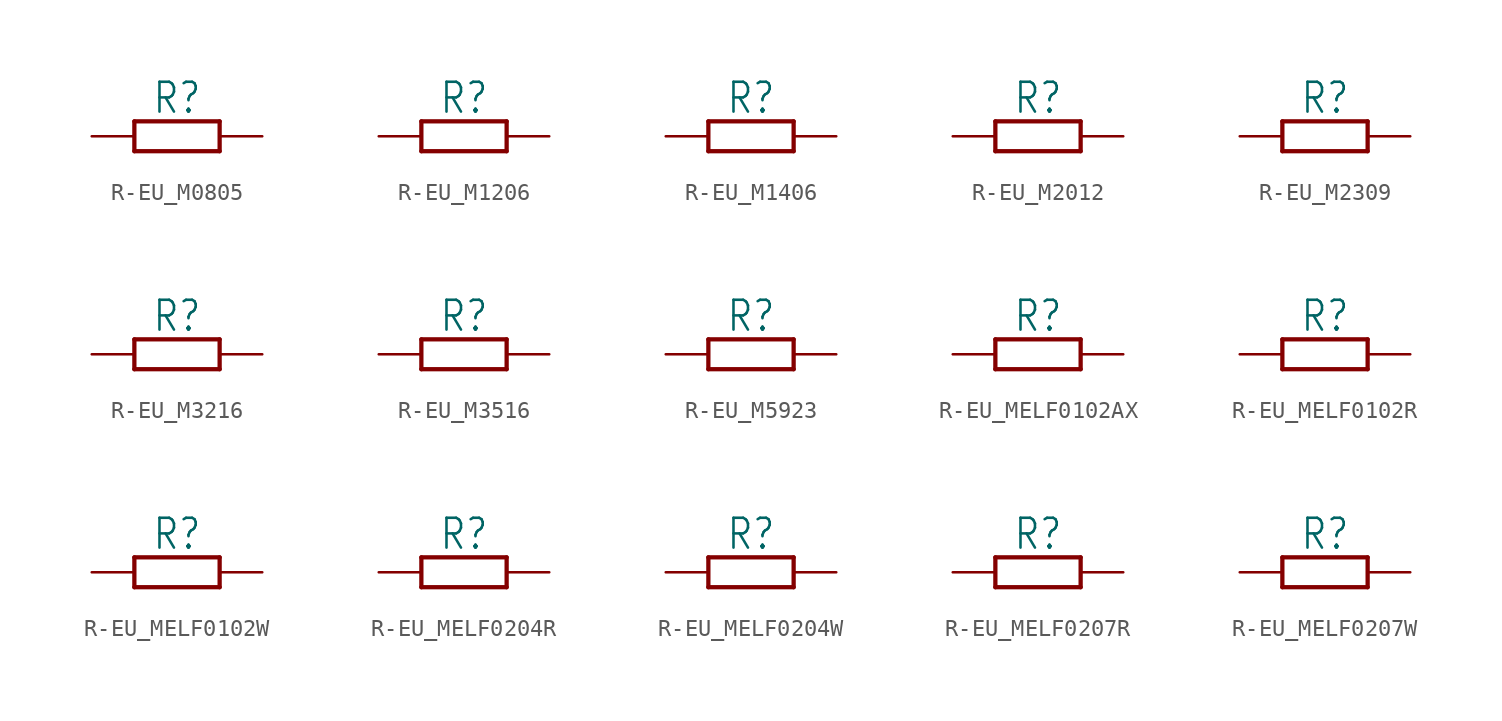
<source format=kicad_sym>
(kicad_symbol_lib
  (version 20220914)
  (generator kicad_symbol_editor)
  (symbol "R-EU_M0805"
    (property "Reference" "R"
      (at 0 1.245 0)
      (effects (font (size 1.778 1.511)) (justify bottom)))
    (property "Value" ""
      (at 0 -1.27 0)
      (effects (font (size 1.778 1.511)) (justify top)))
    (property "ki_locked" ""
      (at 0 0 0)
      (effects (font (size 1.27 1.27))))
    (symbol "R-EU_M0805_1_0"
      (polyline (pts (xy -2.54 -0.889) (xy -2.54 0.889)) (stroke (width 0.254) (type solid)) (fill (type none)))
      (polyline (pts (xy -2.54 -0.889) (xy 2.54 -0.889)) (stroke (width 0.254) (type solid)) (fill (type none)))
      (polyline (pts (xy 2.54 -0.889) (xy 2.54 0.889)) (stroke (width 0.254) (type solid)) (fill (type none)))
      (polyline (pts (xy 2.54 0.889) (xy -2.54 0.889)) (stroke (width 0.254) (type solid)) (fill (type none)))
      (pin passive line (at -5.08 0 0) (length 2.54) (name "1" (effects (font (size 0 0)))) (number "1" (effects (font (size 0 0)))))
      (pin passive line (at 5.08 0 180) (length 2.54) (name "2" (effects (font (size 0 0)))) (number "2" (effects (font (size 0 0)))))))
  (symbol "R-EU_M1206"
    (property "Reference" "R"
      (at 0 1.245 0)
      (effects (font (size 1.778 1.511)) (justify bottom)))
    (property "Value" ""
      (at 0 -1.27 0)
      (effects (font (size 1.778 1.511)) (justify top)))
    (property "ki_locked" ""
      (at 0 0 0)
      (effects (font (size 1.27 1.27))))
    (symbol "R-EU_M1206_1_0"
      (polyline (pts (xy -2.54 -0.889) (xy -2.54 0.889)) (stroke (width 0.254) (type solid)) (fill (type none)))
      (polyline (pts (xy -2.54 -0.889) (xy 2.54 -0.889)) (stroke (width 0.254) (type solid)) (fill (type none)))
      (polyline (pts (xy 2.54 -0.889) (xy 2.54 0.889)) (stroke (width 0.254) (type solid)) (fill (type none)))
      (polyline (pts (xy 2.54 0.889) (xy -2.54 0.889)) (stroke (width 0.254) (type solid)) (fill (type none)))
      (pin passive line (at -5.08 0 0) (length 2.54) (name "1" (effects (font (size 0 0)))) (number "1" (effects (font (size 0 0)))))
      (pin passive line (at 5.08 0 180) (length 2.54) (name "2" (effects (font (size 0 0)))) (number "2" (effects (font (size 0 0)))))))
  (symbol "R-EU_M1406"
    (property "Reference" "R"
      (at 0 1.245 0)
      (effects (font (size 1.778 1.511)) (justify bottom)))
    (property "Value" ""
      (at 0 -1.27 0)
      (effects (font (size 1.778 1.511)) (justify top)))
    (property "ki_locked" ""
      (at 0 0 0)
      (effects (font (size 1.27 1.27))))
    (symbol "R-EU_M1406_1_0"
      (polyline (pts (xy -2.54 -0.889) (xy -2.54 0.889)) (stroke (width 0.254) (type solid)) (fill (type none)))
      (polyline (pts (xy -2.54 -0.889) (xy 2.54 -0.889)) (stroke (width 0.254) (type solid)) (fill (type none)))
      (polyline (pts (xy 2.54 -0.889) (xy 2.54 0.889)) (stroke (width 0.254) (type solid)) (fill (type none)))
      (polyline (pts (xy 2.54 0.889) (xy -2.54 0.889)) (stroke (width 0.254) (type solid)) (fill (type none)))
      (pin passive line (at -5.08 0 0) (length 2.54) (name "1" (effects (font (size 0 0)))) (number "1" (effects (font (size 0 0)))))
      (pin passive line (at 5.08 0 180) (length 2.54) (name "2" (effects (font (size 0 0)))) (number "2" (effects (font (size 0 0)))))))
  (symbol "R-EU_M2012"
    (property "Reference" "R"
      (at 0 1.245 0)
      (effects (font (size 1.778 1.511)) (justify bottom)))
    (property "Value" ""
      (at 0 -1.27 0)
      (effects (font (size 1.778 1.511)) (justify top)))
    (property "ki_locked" ""
      (at 0 0 0)
      (effects (font (size 1.27 1.27))))
    (symbol "R-EU_M2012_1_0"
      (polyline (pts (xy -2.54 -0.889) (xy -2.54 0.889)) (stroke (width 0.254) (type solid)) (fill (type none)))
      (polyline (pts (xy -2.54 -0.889) (xy 2.54 -0.889)) (stroke (width 0.254) (type solid)) (fill (type none)))
      (polyline (pts (xy 2.54 -0.889) (xy 2.54 0.889)) (stroke (width 0.254) (type solid)) (fill (type none)))
      (polyline (pts (xy 2.54 0.889) (xy -2.54 0.889)) (stroke (width 0.254) (type solid)) (fill (type none)))
      (pin passive line (at -5.08 0 0) (length 2.54) (name "1" (effects (font (size 0 0)))) (number "1" (effects (font (size 0 0)))))
      (pin passive line (at 5.08 0 180) (length 2.54) (name "2" (effects (font (size 0 0)))) (number "2" (effects (font (size 0 0)))))))
  (symbol "R-EU_M2309"
    (property "Reference" "R"
      (at 0 1.245 0)
      (effects (font (size 1.778 1.511)) (justify bottom)))
    (property "Value" ""
      (at 0 -1.27 0)
      (effects (font (size 1.778 1.511)) (justify top)))
    (property "ki_locked" ""
      (at 0 0 0)
      (effects (font (size 1.27 1.27))))
    (symbol "R-EU_M2309_1_0"
      (polyline (pts (xy -2.54 -0.889) (xy -2.54 0.889)) (stroke (width 0.254) (type solid)) (fill (type none)))
      (polyline (pts (xy -2.54 -0.889) (xy 2.54 -0.889)) (stroke (width 0.254) (type solid)) (fill (type none)))
      (polyline (pts (xy 2.54 -0.889) (xy 2.54 0.889)) (stroke (width 0.254) (type solid)) (fill (type none)))
      (polyline (pts (xy 2.54 0.889) (xy -2.54 0.889)) (stroke (width 0.254) (type solid)) (fill (type none)))
      (pin passive line (at -5.08 0 0) (length 2.54) (name "1" (effects (font (size 0 0)))) (number "1" (effects (font (size 0 0)))))
      (pin passive line (at 5.08 0 180) (length 2.54) (name "2" (effects (font (size 0 0)))) (number "2" (effects (font (size 0 0)))))))
  (symbol "R-EU_M3216"
    (property "Reference" "R"
      (at 0 1.245 0)
      (effects (font (size 1.778 1.511)) (justify bottom)))
    (property "Value" ""
      (at 0 -1.27 0)
      (effects (font (size 1.778 1.511)) (justify top)))
    (property "ki_locked" ""
      (at 0 0 0)
      (effects (font (size 1.27 1.27))))
    (symbol "R-EU_M3216_1_0"
      (polyline (pts (xy -2.54 -0.889) (xy -2.54 0.889)) (stroke (width 0.254) (type solid)) (fill (type none)))
      (polyline (pts (xy -2.54 -0.889) (xy 2.54 -0.889)) (stroke (width 0.254) (type solid)) (fill (type none)))
      (polyline (pts (xy 2.54 -0.889) (xy 2.54 0.889)) (stroke (width 0.254) (type solid)) (fill (type none)))
      (polyline (pts (xy 2.54 0.889) (xy -2.54 0.889)) (stroke (width 0.254) (type solid)) (fill (type none)))
      (pin passive line (at -5.08 0 0) (length 2.54) (name "1" (effects (font (size 0 0)))) (number "1" (effects (font (size 0 0)))))
      (pin passive line (at 5.08 0 180) (length 2.54) (name "2" (effects (font (size 0 0)))) (number "2" (effects (font (size 0 0)))))))
  (symbol "R-EU_M3516"
    (property "Reference" "R"
      (at 0 1.245 0)
      (effects (font (size 1.778 1.511)) (justify bottom)))
    (property "Value" ""
      (at 0 -1.27 0)
      (effects (font (size 1.778 1.511)) (justify top)))
    (property "ki_locked" ""
      (at 0 0 0)
      (effects (font (size 1.27 1.27))))
    (symbol "R-EU_M3516_1_0"
      (polyline (pts (xy -2.54 -0.889) (xy -2.54 0.889)) (stroke (width 0.254) (type solid)) (fill (type none)))
      (polyline (pts (xy -2.54 -0.889) (xy 2.54 -0.889)) (stroke (width 0.254) (type solid)) (fill (type none)))
      (polyline (pts (xy 2.54 -0.889) (xy 2.54 0.889)) (stroke (width 0.254) (type solid)) (fill (type none)))
      (polyline (pts (xy 2.54 0.889) (xy -2.54 0.889)) (stroke (width 0.254) (type solid)) (fill (type none)))
      (pin passive line (at -5.08 0 0) (length 2.54) (name "1" (effects (font (size 0 0)))) (number "1" (effects (font (size 0 0)))))
      (pin passive line (at 5.08 0 180) (length 2.54) (name "2" (effects (font (size 0 0)))) (number "2" (effects (font (size 0 0)))))))
  (symbol "R-EU_M5923"
    (property "Reference" "R"
      (at 0 1.245 0)
      (effects (font (size 1.778 1.511)) (justify bottom)))
    (property "Value" ""
      (at 0 -1.27 0)
      (effects (font (size 1.778 1.511)) (justify top)))
    (property "ki_locked" ""
      (at 0 0 0)
      (effects (font (size 1.27 1.27))))
    (symbol "R-EU_M5923_1_0"
      (polyline (pts (xy -2.54 -0.889) (xy -2.54 0.889)) (stroke (width 0.254) (type solid)) (fill (type none)))
      (polyline (pts (xy -2.54 -0.889) (xy 2.54 -0.889)) (stroke (width 0.254) (type solid)) (fill (type none)))
      (polyline (pts (xy 2.54 -0.889) (xy 2.54 0.889)) (stroke (width 0.254) (type solid)) (fill (type none)))
      (polyline (pts (xy 2.54 0.889) (xy -2.54 0.889)) (stroke (width 0.254) (type solid)) (fill (type none)))
      (pin passive line (at -5.08 0 0) (length 2.54) (name "1" (effects (font (size 0 0)))) (number "1" (effects (font (size 0 0)))))
      (pin passive line (at 5.08 0 180) (length 2.54) (name "2" (effects (font (size 0 0)))) (number "2" (effects (font (size 0 0)))))))
  (symbol "R-EU_MELF0102AX"
    (property "Reference" "R"
      (at 0 1.245 0)
      (effects (font (size 1.778 1.511)) (justify bottom)))
    (property "Value" ""
      (at 0 -1.27 0)
      (effects (font (size 1.778 1.511)) (justify top)))
    (property "ki_locked" ""
      (at 0 0 0)
      (effects (font (size 1.27 1.27))))
    (symbol "R-EU_MELF0102AX_1_0"
      (polyline (pts (xy -2.54 -0.889) (xy -2.54 0.889)) (stroke (width 0.254) (type solid)) (fill (type none)))
      (polyline (pts (xy -2.54 -0.889) (xy 2.54 -0.889)) (stroke (width 0.254) (type solid)) (fill (type none)))
      (polyline (pts (xy 2.54 -0.889) (xy 2.54 0.889)) (stroke (width 0.254) (type solid)) (fill (type none)))
      (polyline (pts (xy 2.54 0.889) (xy -2.54 0.889)) (stroke (width 0.254) (type solid)) (fill (type none)))
      (pin passive line (at -5.08 0 0) (length 2.54) (name "1" (effects (font (size 0 0)))) (number "1" (effects (font (size 0 0)))))
      (pin passive line (at 5.08 0 180) (length 2.54) (name "2" (effects (font (size 0 0)))) (number "2" (effects (font (size 0 0)))))))
  (symbol "R-EU_MELF0102R"
    (property "Reference" "R"
      (at 0 1.245 0)
      (effects (font (size 1.778 1.511)) (justify bottom)))
    (property "Value" ""
      (at 0 -1.27 0)
      (effects (font (size 1.778 1.511)) (justify top)))
    (property "ki_locked" ""
      (at 0 0 0)
      (effects (font (size 1.27 1.27))))
    (symbol "R-EU_MELF0102R_1_0"
      (polyline (pts (xy -2.54 -0.889) (xy -2.54 0.889)) (stroke (width 0.254) (type solid)) (fill (type none)))
      (polyline (pts (xy -2.54 -0.889) (xy 2.54 -0.889)) (stroke (width 0.254) (type solid)) (fill (type none)))
      (polyline (pts (xy 2.54 -0.889) (xy 2.54 0.889)) (stroke (width 0.254) (type solid)) (fill (type none)))
      (polyline (pts (xy 2.54 0.889) (xy -2.54 0.889)) (stroke (width 0.254) (type solid)) (fill (type none)))
      (pin passive line (at -5.08 0 0) (length 2.54) (name "1" (effects (font (size 0 0)))) (number "1" (effects (font (size 0 0)))))
      (pin passive line (at 5.08 0 180) (length 2.54) (name "2" (effects (font (size 0 0)))) (number "2" (effects (font (size 0 0)))))))
  (symbol "R-EU_MELF0102W"
    (property "Reference" "R"
      (at 0 1.245 0)
      (effects (font (size 1.778 1.511)) (justify bottom)))
    (property "Value" ""
      (at 0 -1.27 0)
      (effects (font (size 1.778 1.511)) (justify top)))
    (property "ki_locked" ""
      (at 0 0 0)
      (effects (font (size 1.27 1.27))))
    (symbol "R-EU_MELF0102W_1_0"
      (polyline (pts (xy -2.54 -0.889) (xy -2.54 0.889)) (stroke (width 0.254) (type solid)) (fill (type none)))
      (polyline (pts (xy -2.54 -0.889) (xy 2.54 -0.889)) (stroke (width 0.254) (type solid)) (fill (type none)))
      (polyline (pts (xy 2.54 -0.889) (xy 2.54 0.889)) (stroke (width 0.254) (type solid)) (fill (type none)))
      (polyline (pts (xy 2.54 0.889) (xy -2.54 0.889)) (stroke (width 0.254) (type solid)) (fill (type none)))
      (pin passive line (at -5.08 0 0) (length 2.54) (name "1" (effects (font (size 0 0)))) (number "1" (effects (font (size 0 0)))))
      (pin passive line (at 5.08 0 180) (length 2.54) (name "2" (effects (font (size 0 0)))) (number "2" (effects (font (size 0 0)))))))
  (symbol "R-EU_MELF0204R"
    (property "Reference" "R"
      (at 0 1.245 0)
      (effects (font (size 1.778 1.511)) (justify bottom)))
    (property "Value" ""
      (at 0 -1.27 0)
      (effects (font (size 1.778 1.511)) (justify top)))
    (property "ki_locked" ""
      (at 0 0 0)
      (effects (font (size 1.27 1.27))))
    (symbol "R-EU_MELF0204R_1_0"
      (polyline (pts (xy -2.54 -0.889) (xy -2.54 0.889)) (stroke (width 0.254) (type solid)) (fill (type none)))
      (polyline (pts (xy -2.54 -0.889) (xy 2.54 -0.889)) (stroke (width 0.254) (type solid)) (fill (type none)))
      (polyline (pts (xy 2.54 -0.889) (xy 2.54 0.889)) (stroke (width 0.254) (type solid)) (fill (type none)))
      (polyline (pts (xy 2.54 0.889) (xy -2.54 0.889)) (stroke (width 0.254) (type solid)) (fill (type none)))
      (pin passive line (at -5.08 0 0) (length 2.54) (name "1" (effects (font (size 0 0)))) (number "1" (effects (font (size 0 0)))))
      (pin passive line (at 5.08 0 180) (length 2.54) (name "2" (effects (font (size 0 0)))) (number "2" (effects (font (size 0 0)))))))
  (symbol "R-EU_MELF0204W"
    (property "Reference" "R"
      (at 0 1.245 0)
      (effects (font (size 1.778 1.511)) (justify bottom)))
    (property "Value" ""
      (at 0 -1.27 0)
      (effects (font (size 1.778 1.511)) (justify top)))
    (property "ki_locked" ""
      (at 0 0 0)
      (effects (font (size 1.27 1.27))))
    (symbol "R-EU_MELF0204W_1_0"
      (polyline (pts (xy -2.54 -0.889) (xy -2.54 0.889)) (stroke (width 0.254) (type solid)) (fill (type none)))
      (polyline (pts (xy -2.54 -0.889) (xy 2.54 -0.889)) (stroke (width 0.254) (type solid)) (fill (type none)))
      (polyline (pts (xy 2.54 -0.889) (xy 2.54 0.889)) (stroke (width 0.254) (type solid)) (fill (type none)))
      (polyline (pts (xy 2.54 0.889) (xy -2.54 0.889)) (stroke (width 0.254) (type solid)) (fill (type none)))
      (pin passive line (at -5.08 0 0) (length 2.54) (name "1" (effects (font (size 0 0)))) (number "1" (effects (font (size 0 0)))))
      (pin passive line (at 5.08 0 180) (length 2.54) (name "2" (effects (font (size 0 0)))) (number "2" (effects (font (size 0 0)))))))
  (symbol "R-EU_MELF0207R"
    (property "Reference" "R"
      (at 0 1.245 0)
      (effects (font (size 1.778 1.511)) (justify bottom)))
    (property "Value" ""
      (at 0 -1.27 0)
      (effects (font (size 1.778 1.511)) (justify top)))
    (property "ki_locked" ""
      (at 0 0 0)
      (effects (font (size 1.27 1.27))))
    (symbol "R-EU_MELF0207R_1_0"
      (polyline (pts (xy -2.54 -0.889) (xy -2.54 0.889)) (stroke (width 0.254) (type solid)) (fill (type none)))
      (polyline (pts (xy -2.54 -0.889) (xy 2.54 -0.889)) (stroke (width 0.254) (type solid)) (fill (type none)))
      (polyline (pts (xy 2.54 -0.889) (xy 2.54 0.889)) (stroke (width 0.254) (type solid)) (fill (type none)))
      (polyline (pts (xy 2.54 0.889) (xy -2.54 0.889)) (stroke (width 0.254) (type solid)) (fill (type none)))
      (pin passive line (at -5.08 0 0) (length 2.54) (name "1" (effects (font (size 0 0)))) (number "1" (effects (font (size 0 0)))))
      (pin passive line (at 5.08 0 180) (length 2.54) (name "2" (effects (font (size 0 0)))) (number "2" (effects (font (size 0 0)))))))
  (symbol "R-EU_MELF0207W"
    (property "Reference" "R"
      (at 0 1.245 0)
      (effects (font (size 1.778 1.511)) (justify bottom)))
    (property "Value" ""
      (at 0 -1.27 0)
      (effects (font (size 1.778 1.511)) (justify top)))
    (property "ki_locked" ""
      (at 0 0 0)
      (effects (font (size 1.27 1.27))))
    (symbol "R-EU_MELF0207W_1_0"
      (polyline (pts (xy -2.54 -0.889) (xy -2.54 0.889)) (stroke (width 0.254) (type solid)) (fill (type none)))
      (polyline (pts (xy -2.54 -0.889) (xy 2.54 -0.889)) (stroke (width 0.254) (type solid)) (fill (type none)))
      (polyline (pts (xy 2.54 -0.889) (xy 2.54 0.889)) (stroke (width 0.254) (type solid)) (fill (type none)))
      (polyline (pts (xy 2.54 0.889) (xy -2.54 0.889)) (stroke (width 0.254) (type solid)) (fill (type none)))
      (pin passive line (at -5.08 0 0) (length 2.54) (name "1" (effects (font (size 0 0)))) (number "1" (effects (font (size 0 0)))))
      (pin passive line (at 5.08 0 180) (length 2.54) (name "2" (effects (font (size 0 0)))) (number "2" (effects (font (size 0 0))))))))
</source>
